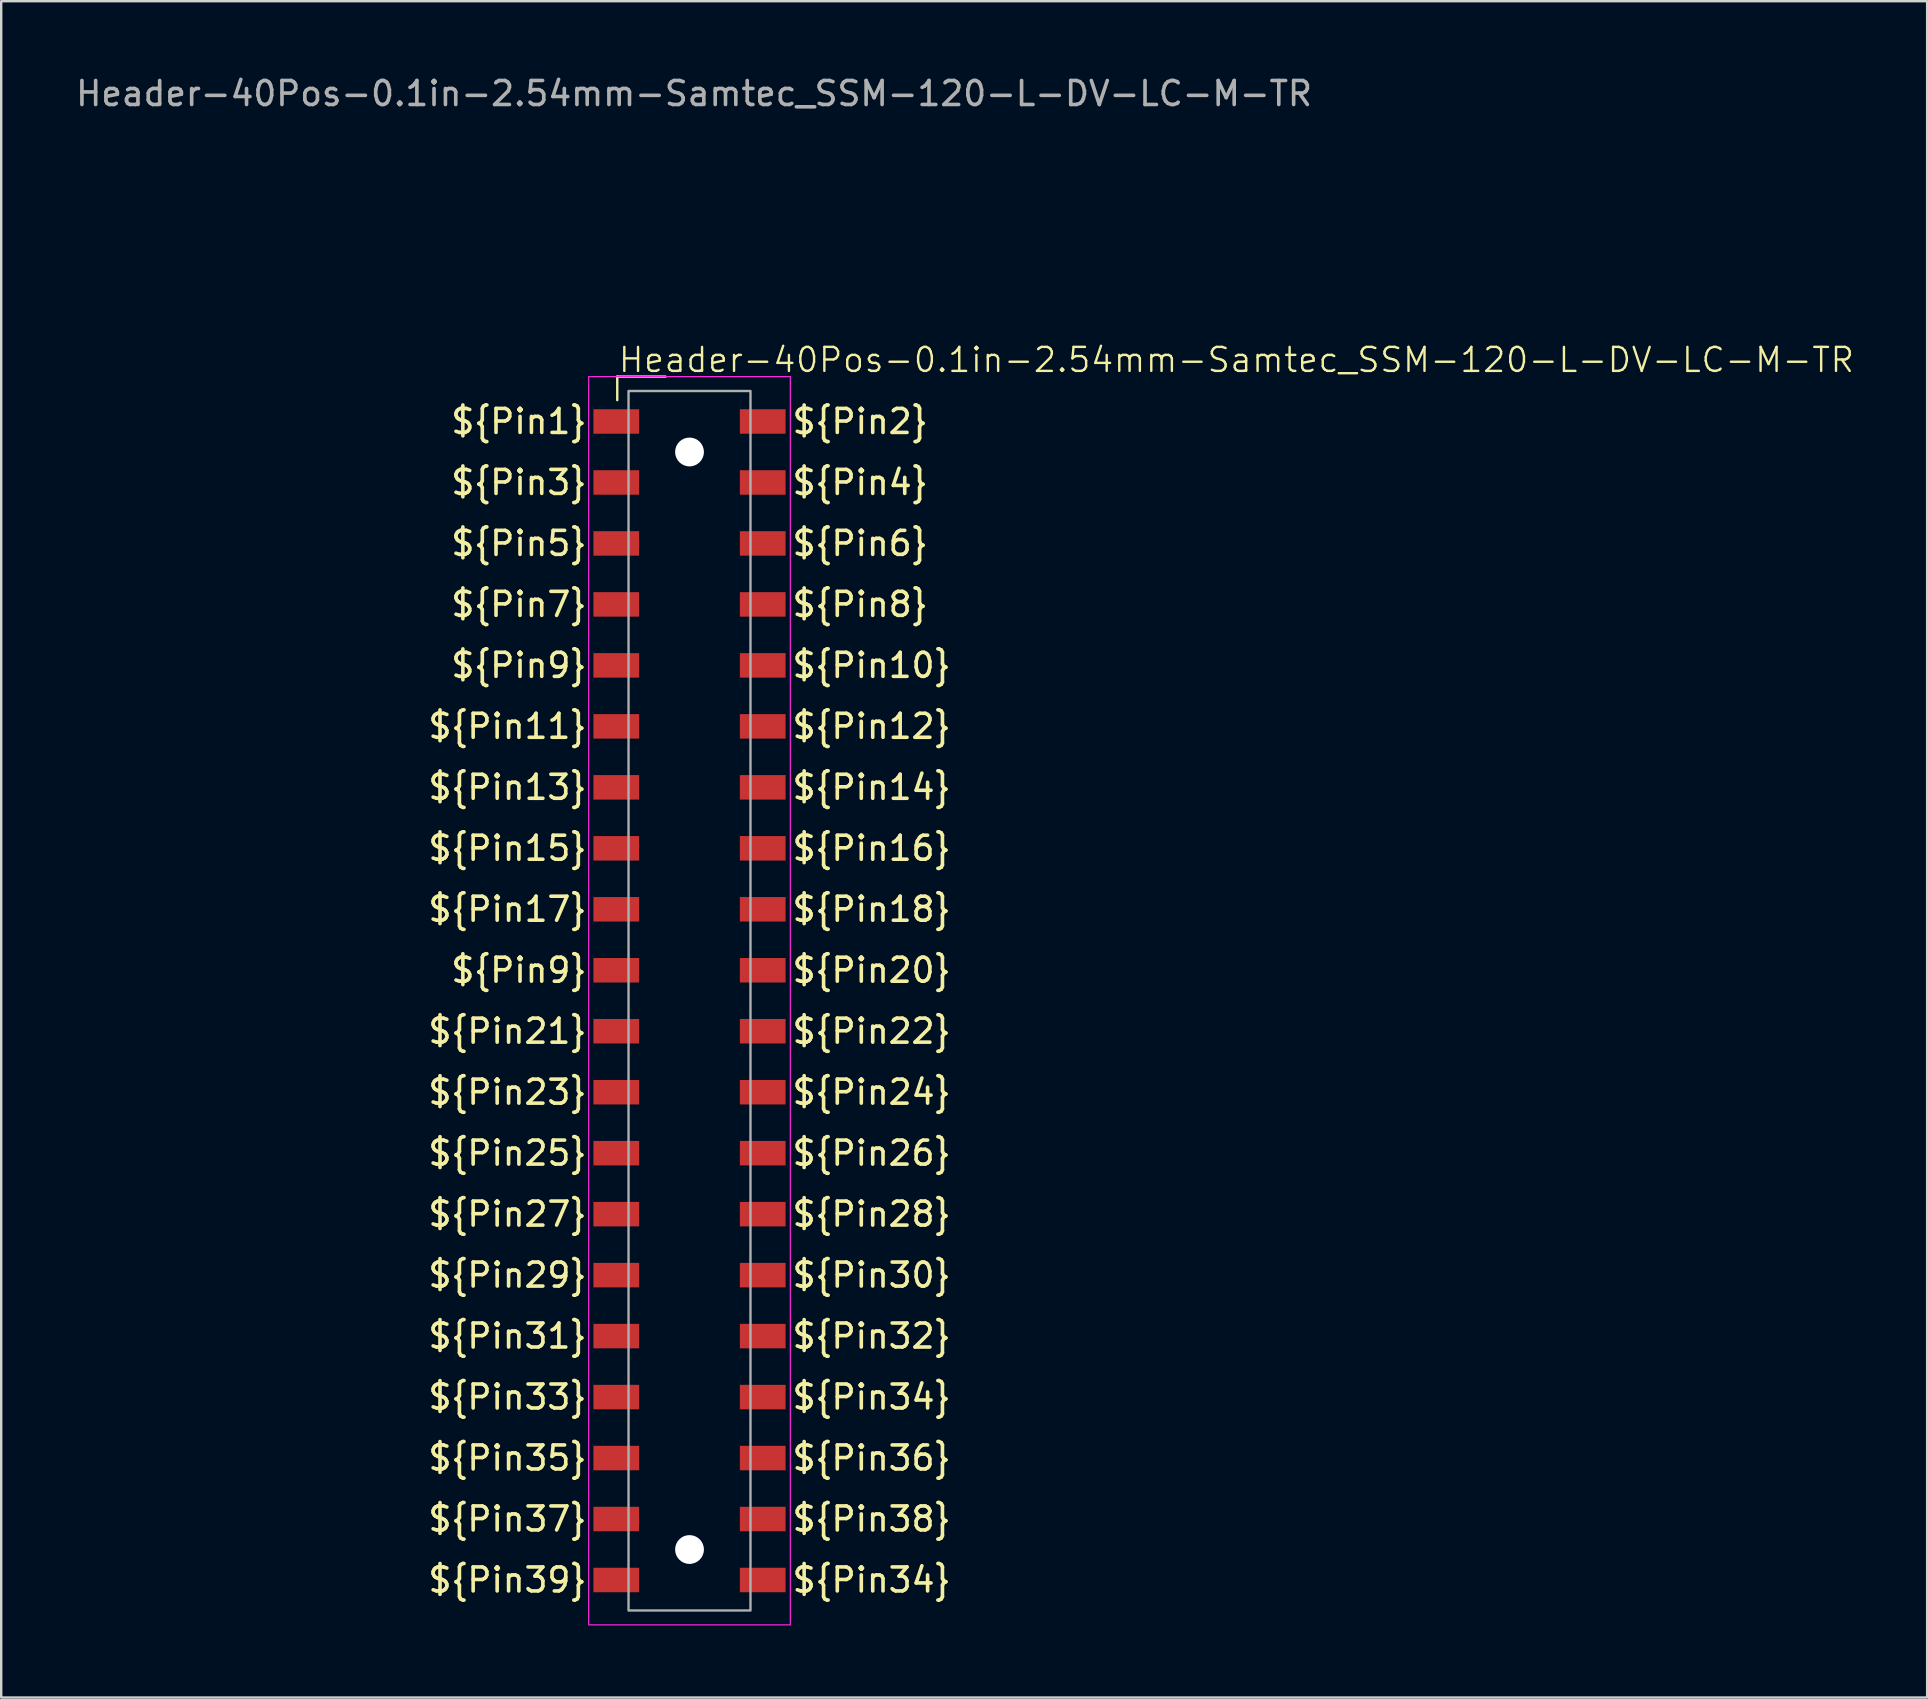
<source format=kicad_pcb>
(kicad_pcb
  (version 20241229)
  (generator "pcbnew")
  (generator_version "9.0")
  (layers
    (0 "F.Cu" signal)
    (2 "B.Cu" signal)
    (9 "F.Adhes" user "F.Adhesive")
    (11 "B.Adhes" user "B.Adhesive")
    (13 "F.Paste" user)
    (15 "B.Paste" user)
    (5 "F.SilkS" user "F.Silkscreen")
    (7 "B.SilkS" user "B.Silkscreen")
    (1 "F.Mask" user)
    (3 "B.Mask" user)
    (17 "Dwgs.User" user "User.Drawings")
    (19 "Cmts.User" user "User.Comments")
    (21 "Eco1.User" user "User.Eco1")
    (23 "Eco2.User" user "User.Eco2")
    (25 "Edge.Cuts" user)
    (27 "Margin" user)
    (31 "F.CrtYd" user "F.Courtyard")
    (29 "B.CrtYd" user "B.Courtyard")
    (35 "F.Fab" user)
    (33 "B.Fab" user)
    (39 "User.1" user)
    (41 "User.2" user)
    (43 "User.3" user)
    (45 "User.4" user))
  (footprint "Header-40Pos-0.1in-2.54mm-Samtec_SSM-120-L-DV-LC-M-TR"
    (layer "F.Cu")
    (at 25.673 38.638)
    (property "Reference" "Header-40Pos-0.1in-2.54mm-Samtec_SSM-120-L-DV-LC-M-TR" (at -3.02 -26.11 0) (unlocked yes) (layer "F.SilkS") (effects (font (size 1 1) (thickness 0.1)) (justify left bottom)))
    (attr smd)
    (fp_line (start -3.01 -26) (end -1 -26) (stroke (width 0.1) (type default)) (layer "F.SilkS"))
    (fp_line (start -3.01 -25.02) (end -3.01 -26) (stroke (width 0.1) (type default)) (layer "F.SilkS"))
    (fp_rect (start -4.2 -26) (end 4.2 26) (stroke (width 0.05) (type default)) (fill no) (layer "F.CrtYd"))
    (fp_rect (start -2.54 -25.4) (end 2.54 25.4) (stroke (width 0.1) (type default)) (fill no) (layer "F.Fab"))
    (fp_text user "${Pin27}" (at -4.2 8.89 0) (unlocked yes) (layer "F.SilkS") (effects (font (size 1 1) (thickness 0.15)) (justify right)))
    (fp_text user "${Pin39}" (at -4.2 24.13 0) (unlocked yes) (layer "F.SilkS") (effects (font (size 1 1) (thickness 0.15)) (justify right)))
    (fp_text user "${Pin17}" (at -4.2 -3.81 0) (unlocked yes) (layer "F.SilkS") (effects (font (size 1 1) (thickness 0.15)) (justify right)))
    (fp_text user "${Pin22}" (at 4.2 1.27 0) (unlocked yes) (layer "F.SilkS") (effects (font (size 1 1) (thickness 0.15)) (justify left)))
    (fp_text user "${Pin35}" (at -4.2 19.05 0) (unlocked yes) (layer "F.SilkS") (effects (font (size 1 1) (thickness 0.15)) (justify right)))
    (fp_text user "${Pin32}" (at 4.2 13.97 0) (unlocked yes) (layer "F.SilkS") (effects (font (size 1 1) (thickness 0.15)) (justify left)))
    (fp_text user "${Pin14}" (at 4.2 -8.89 0) (unlocked yes) (layer "F.SilkS") (effects (font (size 1 1) (thickness 0.15)) (justify left)))
    (fp_text user "${Pin28}" (at 4.2 8.89 0) (unlocked yes) (layer "F.SilkS") (effects (font (size 1 1) (thickness 0.15)) (justify left)))
    (fp_text user "${Pin36}" (at 4.2 19.05 0) (unlocked yes) (layer "F.SilkS") (effects (font (size 1 1) (thickness 0.15)) (justify left)))
    (fp_text user "${Pin10}" (at 4.2 -13.97 0) (unlocked yes) (layer "F.SilkS") (effects (font (size 1 1) (thickness 0.15)) (justify left)))
    (fp_text user "${Pin6}" (at 4.2 -19.05 0) (unlocked yes) (layer "F.SilkS") (effects (font (size 1 1) (thickness 0.15)) (justify left)))
    (fp_text user "${Pin31}" (at -4.2 13.97 0) (unlocked yes) (layer "F.SilkS") (effects (font (size 1 1) (thickness 0.15)) (justify right)))
    (fp_text user "${Pin24}" (at 4.2 3.81 0) (unlocked yes) (layer "F.SilkS") (effects (font (size 1 1) (thickness 0.15)) (justify left)))
    (fp_text user "${Pin15}" (at -4.2 -6.35 0) (unlocked yes) (layer "F.SilkS") (effects (font (size 1 1) (thickness 0.15)) (justify right)))
    (fp_text user "${Pin3}" (at -4.2 -21.59 0) (unlocked yes) (layer "F.SilkS") (effects (font (size 1 1) (thickness 0.15)) (justify right)))
    (fp_text user "${Pin38}" (at 4.2 21.59 0) (unlocked yes) (layer "F.SilkS") (effects (font (size 1 1) (thickness 0.15)) (justify left)))
    (fp_text user "${Pin18}" (at 4.2 -3.81 0) (unlocked yes) (layer "F.SilkS") (effects (font (size 1 1) (thickness 0.15)) (justify left)))
    (fp_text user "${Pin30}" (at 4.2 11.43 0) (unlocked yes) (layer "F.SilkS") (effects (font (size 1 1) (thickness 0.15)) (justify left)))
    (fp_text user "${Pin37}" (at -4.2 21.59 0) (unlocked yes) (layer "F.SilkS") (effects (font (size 1 1) (thickness 0.15)) (justify right)))
    (fp_text user "${Pin25}" (at -4.2 6.35 0) (unlocked yes) (layer "F.SilkS") (effects (font (size 1 1) (thickness 0.15)) (justify right)))
    (fp_text user "${Pin7}" (at -4.2 -16.51 0) (unlocked yes) (layer "F.SilkS") (effects (font (size 1 1) (thickness 0.15)) (justify right)))
    (fp_text user "${Pin9}" (at -4.2 -1.27 0) (unlocked yes) (layer "F.SilkS") (effects (font (size 1 1) (thickness 0.15)) (justify right)))
    (fp_text user "${Pin29}" (at -4.2 11.43 0) (unlocked yes) (layer "F.SilkS") (effects (font (size 1 1) (thickness 0.15)) (justify right)))
    (fp_text user "${Pin33}" (at -4.2 16.51 0) (unlocked yes) (layer "F.SilkS") (effects (font (size 1 1) (thickness 0.15)) (justify right)))
    (fp_text user "${Pin21}" (at -4.2 1.27 0) (unlocked yes) (layer "F.SilkS") (effects (font (size 1 1) (thickness 0.15)) (justify right)))
    (fp_text user "${Pin16}" (at 4.2 -6.35 0) (unlocked yes) (layer "F.SilkS") (effects (font (size 1 1) (thickness 0.15)) (justify left)))
    (fp_text user "${Pin12}" (at 4.2 -11.43 0) (unlocked yes) (layer "F.SilkS") (effects (font (size 1 1) (thickness 0.15)) (justify left)))
    (fp_text user "${Pin2}" (at 4.2 -24.13 0) (unlocked yes) (layer "F.SilkS") (effects (font (size 1 1) (thickness 0.15)) (justify left)))
    (fp_text user "${Pin20}" (at 4.2 -1.27 0) (unlocked yes) (layer "F.SilkS") (effects (font (size 1 1) (thickness 0.15)) (justify left)))
    (fp_text user "${Pin1}" (at -4.2 -24.13 0) (unlocked yes) (layer "F.SilkS") (effects (font (size 1 1) (thickness 0.15)) (justify right)))
    (fp_text user "${Pin13}" (at -4.2 -8.89 0) (unlocked yes) (layer "F.SilkS") (effects (font (size 1 1) (thickness 0.15)) (justify right)))
    (fp_text user "${Pin23}" (at -4.2 3.81 0) (unlocked yes) (layer "F.SilkS") (effects (font (size 1 1) (thickness 0.15)) (justify right)))
    (fp_text user "${Pin34}" (at 4.2 16.51 0) (unlocked yes) (layer "F.SilkS") (effects (font (size 1 1) (thickness 0.15)) (justify left)))
    (fp_text user "${Pin5}" (at -4.2 -19.05 0) (unlocked yes) (layer "F.SilkS") (effects (font (size 1 1) (thickness 0.15)) (justify right)))
    (fp_text user "${Pin9}" (at -4.2 -13.97 0) (unlocked yes) (layer "F.SilkS") (effects (font (size 1 1) (thickness 0.15)) (justify right)))
    (fp_text user "${Pin11}" (at -4.2 -11.43 0) (unlocked yes) (layer "F.SilkS") (effects (font (size 1 1) (thickness 0.15)) (justify right)))
    (fp_text user "${Pin34}" (at 4.2 24.13 0) (unlocked yes) (layer "F.SilkS") (effects (font (size 1 1) (thickness 0.15)) (justify left)))
    (fp_text user "${Pin8}" (at 4.2 -16.51 0) (unlocked yes) (layer "F.SilkS") (effects (font (size 1 1) (thickness 0.15)) (justify left)))
    (fp_text user "${Pin26}" (at 4.2 6.35 0) (unlocked yes) (layer "F.SilkS") (effects (font (size 1 1) (thickness 0.15)) (justify left)))
    (fp_text user "${Pin4}" (at 4.2 -21.59 0) (unlocked yes) (layer "F.SilkS") (effects (font (size 1 1) (thickness 0.15)) (justify left)))
    (fp_text user "${REFERENCE}" (at 0.19 -37.79 0) (unlocked yes) (layer "F.Fab") (effects (font (size 1 1) (thickness 0.15))))
    (pad "" np_thru_hole circle (at 0 -22.86) (size 1.2 1.2) (drill 1.2) (layers "*.Cu" "*.Mask"))
    (pad "" np_thru_hole circle (at 0 22.86) (size 1.2 1.2) (drill 1.2) (layers "*.Cu" "*.Mask"))
    (pad "1" smd rect (at -3.05 -24.13) (size 1.905 1.02) (layers "F.Cu" "F.Mask" "F.Paste"))
    (pad "2" smd rect (at 3.05 -24.13) (size 1.905 1.02) (layers "F.Cu" "F.Mask" "F.Paste"))
    (pad "3" smd rect (at -3.05 -21.59) (size 1.905 1.02) (layers "F.Cu" "F.Mask" "F.Paste"))
    (pad "4" smd rect (at 3.05 -21.59) (size 1.905 1.02) (layers "F.Cu" "F.Mask" "F.Paste"))
    (pad "5" smd rect (at -3.05 -19.05) (size 1.905 1.02) (layers "F.Cu" "F.Mask" "F.Paste"))
    (pad "6" smd rect (at 3.05 -19.05) (size 1.905 1.02) (layers "F.Cu" "F.Mask" "F.Paste"))
    (pad "7" smd rect (at -3.05 -16.51) (size 1.905 1.02) (layers "F.Cu" "F.Mask" "F.Paste"))
    (pad "8" smd rect (at 3.05 -16.51) (size 1.905 1.02) (layers "F.Cu" "F.Mask" "F.Paste"))
    (pad "9" smd rect (at -3.05 -13.97) (size 1.905 1.02) (layers "F.Cu" "F.Mask" "F.Paste"))
    (pad "10" smd rect (at 3.05 -13.97) (size 1.905 1.02) (layers "F.Cu" "F.Mask" "F.Paste"))
    (pad "11" smd rect (at -3.05 -11.43) (size 1.905 1.02) (layers "F.Cu" "F.Mask" "F.Paste"))
    (pad "12" smd rect (at 3.05 -11.43) (size 1.905 1.02) (layers "F.Cu" "F.Mask" "F.Paste"))
    (pad "13" smd rect (at -3.05 -8.89) (size 1.905 1.02) (layers "F.Cu" "F.Mask" "F.Paste"))
    (pad "14" smd rect (at 3.05 -8.89) (size 1.905 1.02) (layers "F.Cu" "F.Mask" "F.Paste"))
    (pad "15" smd rect (at -3.05 -6.35) (size 1.905 1.02) (layers "F.Cu" "F.Mask" "F.Paste"))
    (pad "16" smd rect (at 3.05 -6.35) (size 1.905 1.02) (layers "F.Cu" "F.Mask" "F.Paste"))
    (pad "17" smd rect (at -3.05 -3.81) (size 1.905 1.02) (layers "F.Cu" "F.Mask" "F.Paste"))
    (pad "18" smd rect (at 3.05 -3.81) (size 1.905 1.02) (layers "F.Cu" "F.Mask" "F.Paste"))
    (pad "19" smd rect (at -3.05 -1.27) (size 1.905 1.02) (layers "F.Cu" "F.Mask" "F.Paste"))
    (pad "20" smd rect (at 3.05 -1.27) (size 1.905 1.02) (layers "F.Cu" "F.Mask" "F.Paste"))
    (pad "21" smd rect (at -3.05 1.27) (size 1.905 1.02) (layers "F.Cu" "F.Mask" "F.Paste"))
    (pad "22" smd rect (at 3.05 1.27) (size 1.905 1.02) (layers "F.Cu" "F.Mask" "F.Paste"))
    (pad "23" smd rect (at -3.05 3.81) (size 1.905 1.02) (layers "F.Cu" "F.Mask" "F.Paste"))
    (pad "24" smd rect (at 3.05 3.81) (size 1.905 1.02) (layers "F.Cu" "F.Mask" "F.Paste"))
    (pad "25" smd rect (at -3.05 6.35) (size 1.905 1.02) (layers "F.Cu" "F.Mask" "F.Paste"))
    (pad "26" smd rect (at 3.05 6.35) (size 1.905 1.02) (layers "F.Cu" "F.Mask" "F.Paste"))
    (pad "27" smd rect (at -3.05 8.89) (size 1.905 1.02) (layers "F.Cu" "F.Mask" "F.Paste"))
    (pad "28" smd rect (at 3.05 8.89) (size 1.905 1.02) (layers "F.Cu" "F.Mask" "F.Paste"))
    (pad "29" smd rect (at -3.05 11.43) (size 1.905 1.02) (layers "F.Cu" "F.Mask" "F.Paste"))
    (pad "30" smd rect (at 3.05 11.43) (size 1.905 1.02) (layers "F.Cu" "F.Mask" "F.Paste"))
    (pad "31" smd rect (at -3.05 13.97) (size 1.905 1.02) (layers "F.Cu" "F.Mask" "F.Paste"))
    (pad "32" smd rect (at 3.05 13.97) (size 1.905 1.02) (layers "F.Cu" "F.Mask" "F.Paste"))
    (pad "33" smd rect (at -3.05 16.51) (size 1.905 1.02) (layers "F.Cu" "F.Mask" "F.Paste"))
    (pad "34" smd rect (at 3.05 16.51) (size 1.905 1.02) (layers "F.Cu" "F.Mask" "F.Paste"))
    (pad "35" smd rect (at -3.05 19.05) (size 1.905 1.02) (layers "F.Cu" "F.Mask" "F.Paste"))
    (pad "36" smd rect (at 3.05 19.05) (size 1.905 1.02) (layers "F.Cu" "F.Mask" "F.Paste"))
    (pad "37" smd rect (at -3.05 21.59) (size 1.905 1.02) (layers "F.Cu" "F.Mask" "F.Paste"))
    (pad "38" smd rect (at 3.05 21.59) (size 1.905 1.02) (layers "F.Cu" "F.Mask" "F.Paste"))
    (pad "39" smd rect (at -3.05 24.13) (size 1.905 1.02) (layers "F.Cu" "F.Mask" "F.Paste"))
    (pad "40" smd rect (at 3.05 24.13) (size 1.905 1.02) (layers "F.Cu" "F.Mask" "F.Paste")))
  (gr_rect
    (start -3 -3)
    (end 77.229 67.663)
    (stroke (width 0.1) (type default))
    (fill no)
    (layer "Edge.Cuts")))
</source>
